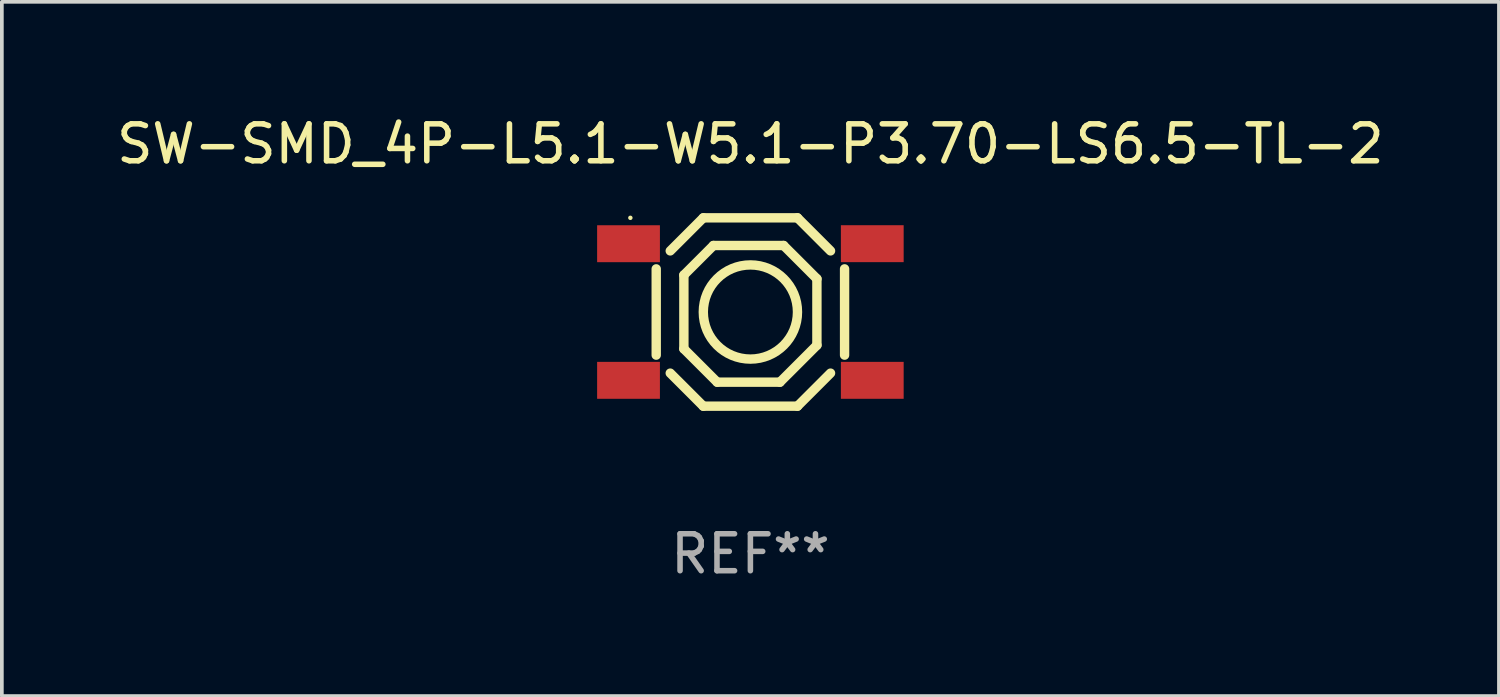
<source format=kicad_pcb>
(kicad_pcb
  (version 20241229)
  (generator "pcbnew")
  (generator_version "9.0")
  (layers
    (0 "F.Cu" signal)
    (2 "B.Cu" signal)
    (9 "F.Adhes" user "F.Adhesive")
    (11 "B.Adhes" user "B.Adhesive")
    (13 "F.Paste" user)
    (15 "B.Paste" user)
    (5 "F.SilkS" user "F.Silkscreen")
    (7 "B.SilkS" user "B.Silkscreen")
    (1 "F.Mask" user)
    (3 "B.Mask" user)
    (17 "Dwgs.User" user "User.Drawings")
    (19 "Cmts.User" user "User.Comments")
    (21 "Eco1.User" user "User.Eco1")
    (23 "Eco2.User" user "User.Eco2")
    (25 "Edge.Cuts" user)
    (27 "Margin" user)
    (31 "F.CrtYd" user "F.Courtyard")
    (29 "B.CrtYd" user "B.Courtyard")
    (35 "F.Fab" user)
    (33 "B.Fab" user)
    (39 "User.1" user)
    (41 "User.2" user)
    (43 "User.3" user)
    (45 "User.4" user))
  (footprint "SW-SMD_4P-L5.1-W5.1-P3.70-LS6.5-TL-2"
    (layer "F.Cu")
    (at 17.268 5.398)
    (property "Reference" "SW-SMD_4P-L5.1-W5.1-P3.70-LS6.5-TL-2" (at 0 -4.55 0) (layer "F.SilkS") (effects (font (size 1 1) (thickness 0.15))))
    (attr through_hole)
    (fp_line (start -2.55 -1.168) (end -2.55 1.168) (stroke (width 0.254) (type solid)) (layer "F.SilkS"))
    (fp_line (start -2.17 1.655) (end -1.275 2.55) (stroke (width 0.254) (type solid)) (layer "F.SilkS"))
    (fp_line (start -1.801 -1.001) (end -1.001 -1.801) (stroke (width 0.254) (type solid)) (layer "F.SilkS"))
    (fp_line (start -1.801 0.998) (end -1.801 -1.001) (stroke (width 0.254) (type solid)) (layer "F.SilkS"))
    (fp_line (start -1.275 -2.55) (end -2.17 -1.655) (stroke (width 0.254) (type solid)) (layer "F.SilkS"))
    (fp_line (start -1.275 -2.55) (end 1.275 -2.55) (stroke (width 0.254) (type solid)) (layer "F.SilkS"))
    (fp_line (start -1.275 2.55) (end 1.275 2.55) (stroke (width 0.254) (type solid)) (layer "F.SilkS"))
    (fp_line (start -1.001 -1.801) (end 0.899 -1.801) (stroke (width 0.254) (type solid)) (layer "F.SilkS"))
    (fp_line (start -0.899 1.9) (end -1.801 0.998) (stroke (width 0.254) (type solid)) (layer "F.SilkS"))
    (fp_line (start 0.8 1.9) (end -0.899 1.9) (stroke (width 0.254) (type solid)) (layer "F.SilkS"))
    (fp_line (start 0.899 -1.801) (end 1.801 -0.899) (stroke (width 0.254) (type solid)) (layer "F.SilkS"))
    (fp_line (start 1.275 -2.55) (end 2.17 -1.655) (stroke (width 0.254) (type solid)) (layer "F.SilkS"))
    (fp_line (start 1.801 -0.899) (end 1.801 0.899) (stroke (width 0.254) (type solid)) (layer "F.SilkS"))
    (fp_line (start 1.801 0.899) (end 0.8 1.9) (stroke (width 0.254) (type solid)) (layer "F.SilkS"))
    (fp_line (start 2.17 1.655) (end 1.275 2.55) (stroke (width 0.254) (type solid)) (layer "F.SilkS"))
    (fp_line (start 2.55 -1.168) (end 2.55 1.168) (stroke (width 0.254) (type solid)) (layer "F.SilkS"))
    (fp_circle (center -3.25 -2.55) (end -3.22 -2.55) (stroke (width 0.06) (type solid)) (fill no) (layer "F.SilkS"))
    (fp_circle (center 0 0) (end 1.275 0) (stroke (width 0.254) (type solid)) (fill no) (layer "F.SilkS"))
    (fp_text user "REF**" (at 0 6.55 0) (layer "F.Fab") (effects (font (size 1 1) (thickness 0.15))))
    (pad "1" smd rect (at -3.3 -1.849) (size 1.7 1) (layers "F.Cu" "F.Mask" "F.Paste"))
    (pad "1" smd rect (at 3.3 -1.85) (size 1.7 1) (layers "F.Cu" "F.Mask" "F.Paste"))
    (pad "2" smd rect (at -3.3 1.85) (size 1.7 1) (layers "F.Cu" "F.Mask" "F.Paste"))
    (pad "2" smd rect (at 3.3 1.85) (size 1.7 1) (layers "F.Cu" "F.Mask" "F.Paste")))
  (gr_rect
    (start -3 -3)
    (end 37.536 15.797)
    (stroke (width 0.1) (type default))
    (fill no)
    (layer "Edge.Cuts")))
</source>
